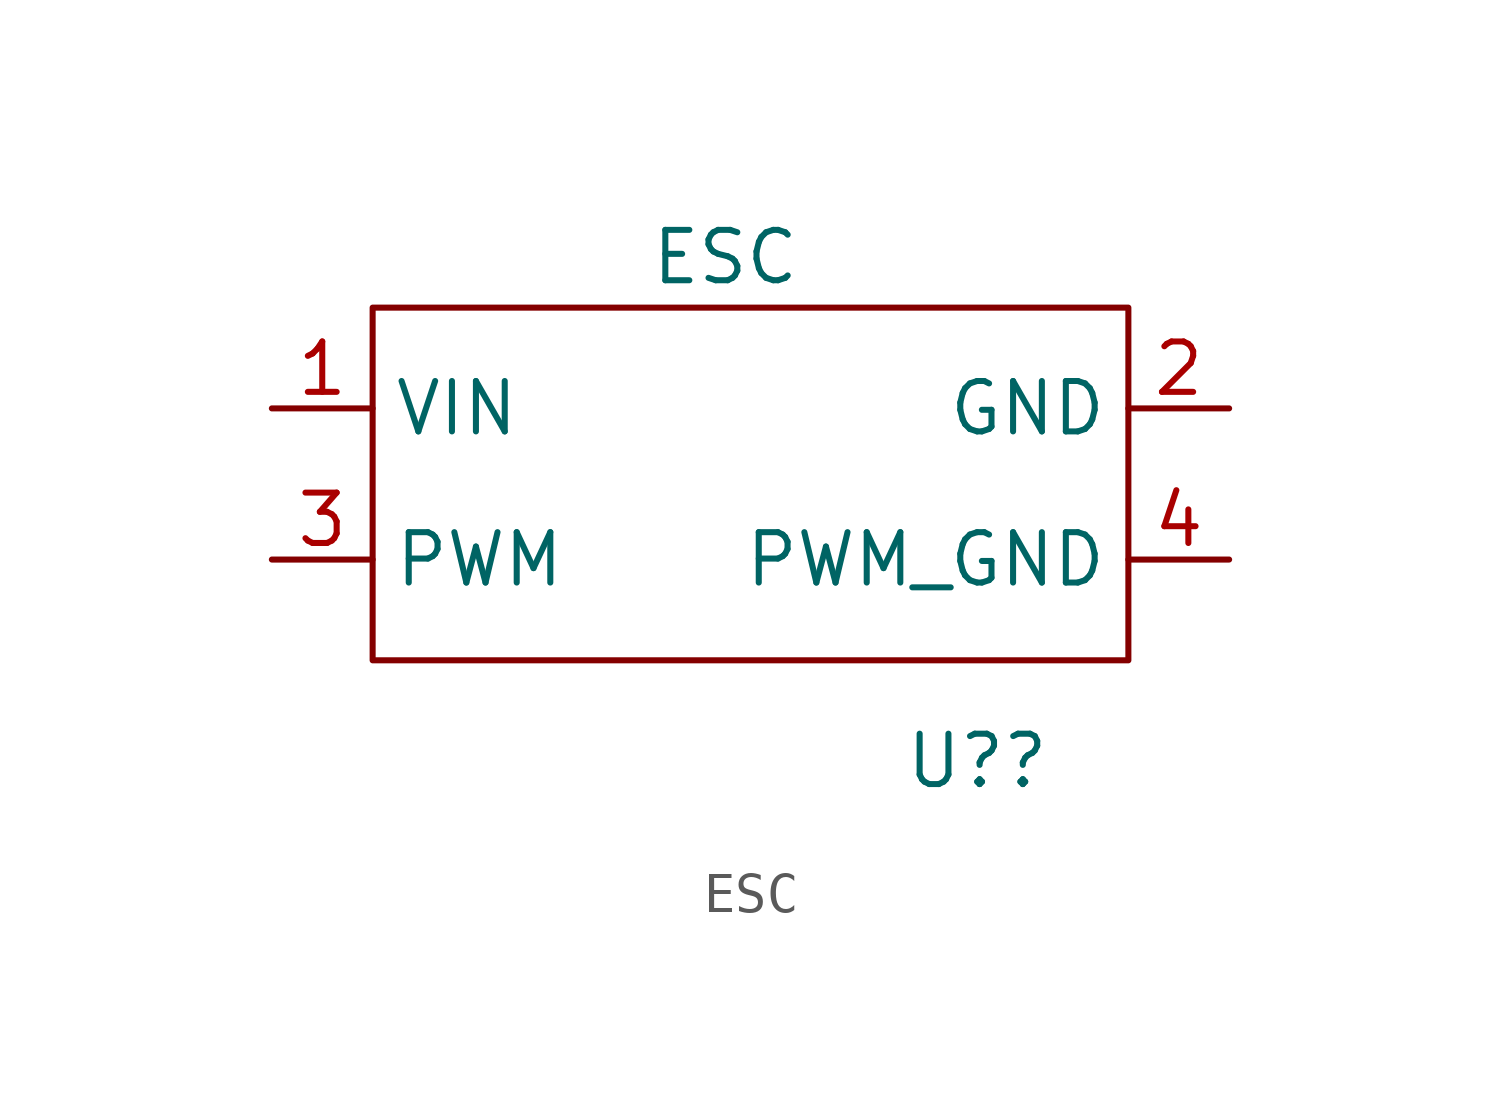
<source format=kicad_sym>
(kicad_symbol_lib
  (version 20211014)
  (generator kicad_symbol_editor)
  (symbol "ESC"
    (property "Reference" "U?"
      (at 6.35 -8.89 0)
      (effects (font (size 1.27 1.27))))
    (property "Value" "ESC"
      (at 0 3.81 0)
      (effects (font (size 1.27 1.27))))
    (symbol "ESC_0_1"
      (rectangle (start -8.89 2.54) (end 10.16 -6.35) (stroke (width 0) (type default) (color 0 0 0 0)) (fill (type none))))
    (symbol "ESC_1_1"
      (pin input line (at -11.43 0 0) (length 2.54) (name "VIN" (effects (font (size 1.27 1.27)))) (number "1" (effects (font (size 1.27 1.27)))))
      (pin input line (at 12.7 0 180) (length 2.54) (name "GND" (effects (font (size 1.27 1.27)))) (number "2" (effects (font (size 1.27 1.27)))))
      (pin input line (at -11.43 -3.81 0) (length 2.54) (name "PWM" (effects (font (size 1.27 1.27)))) (number "3" (effects (font (size 1.27 1.27)))))
      (pin input line (at 12.7 -3.81 180) (length 2.54) (name "PWM_GND" (effects (font (size 1.27 1.27)))) (number "4" (effects (font (size 1.27 1.27))))))))
</source>
